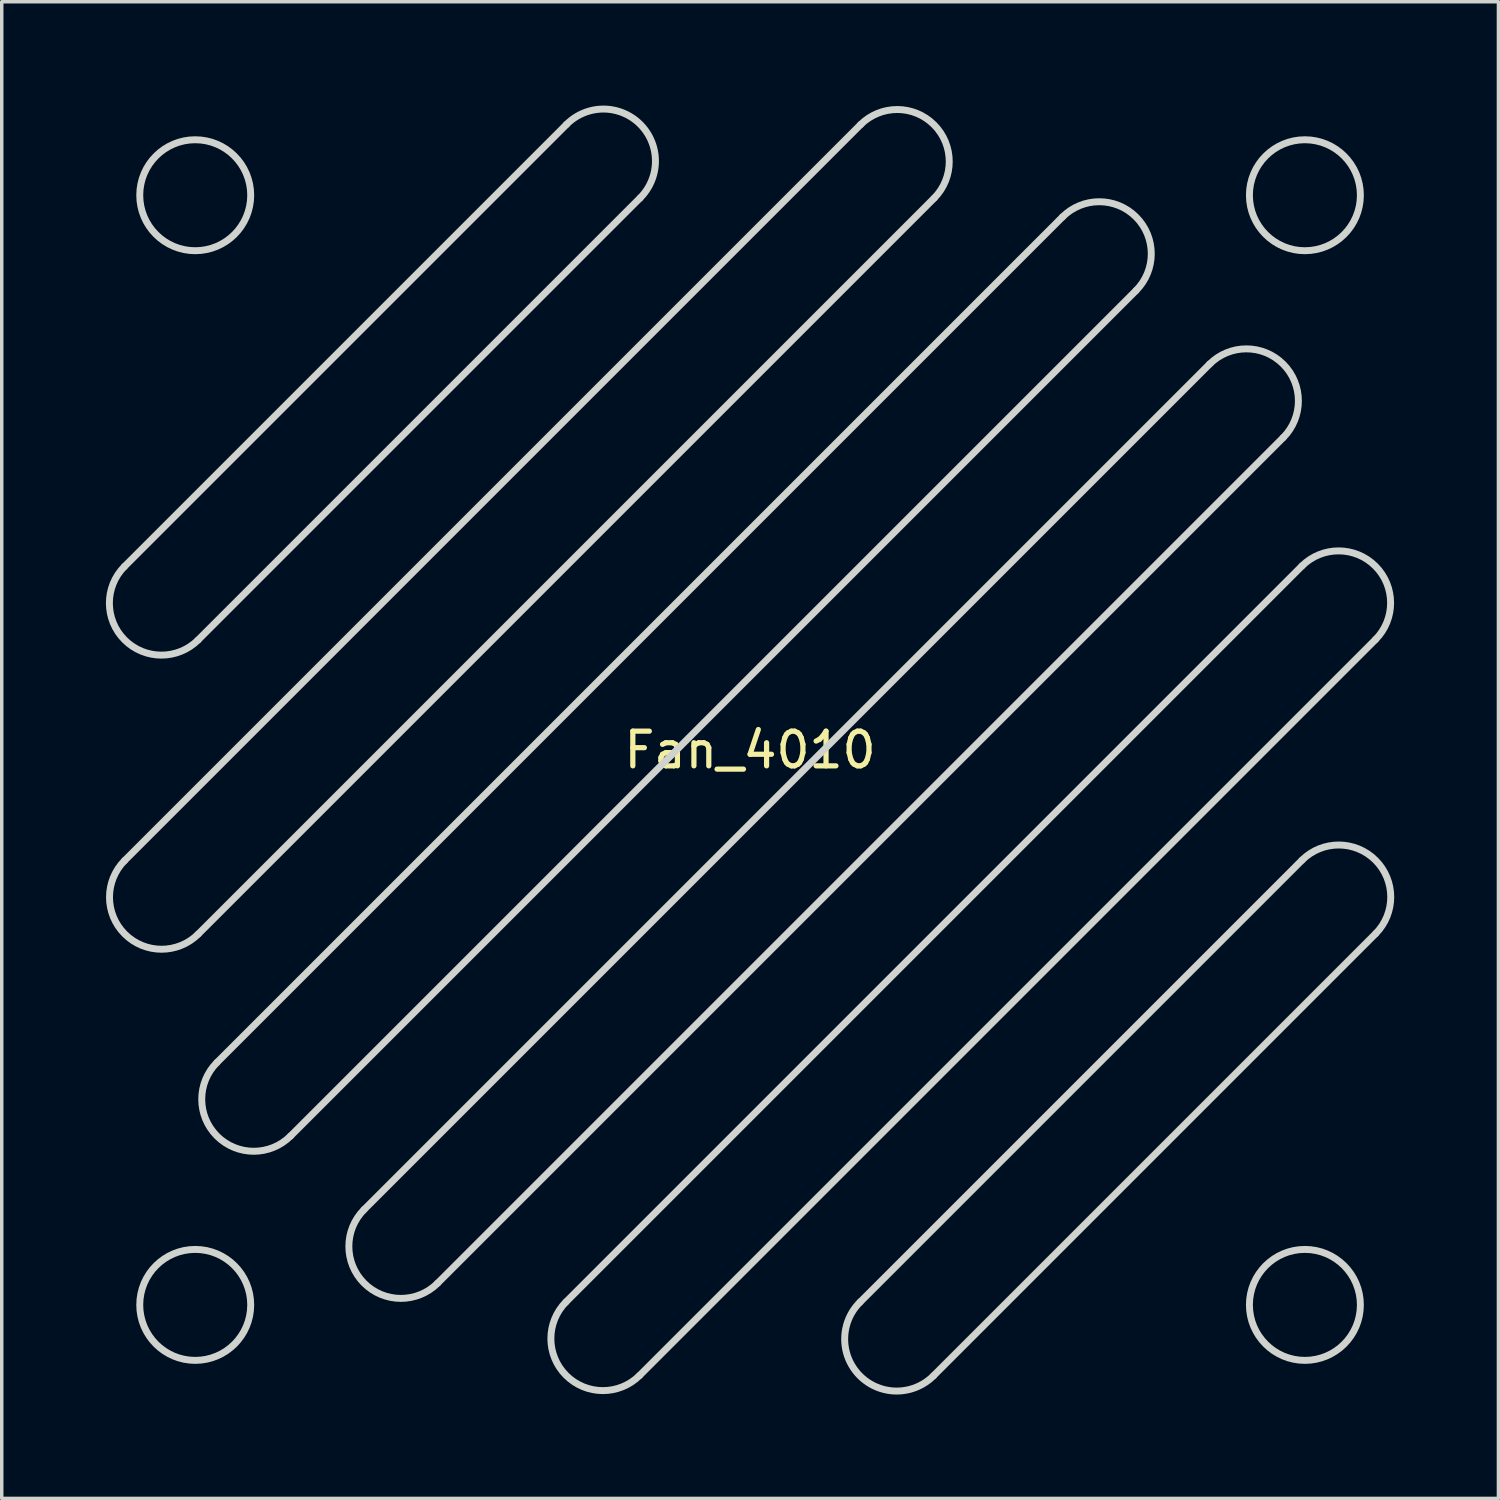
<source format=kicad_pcb>
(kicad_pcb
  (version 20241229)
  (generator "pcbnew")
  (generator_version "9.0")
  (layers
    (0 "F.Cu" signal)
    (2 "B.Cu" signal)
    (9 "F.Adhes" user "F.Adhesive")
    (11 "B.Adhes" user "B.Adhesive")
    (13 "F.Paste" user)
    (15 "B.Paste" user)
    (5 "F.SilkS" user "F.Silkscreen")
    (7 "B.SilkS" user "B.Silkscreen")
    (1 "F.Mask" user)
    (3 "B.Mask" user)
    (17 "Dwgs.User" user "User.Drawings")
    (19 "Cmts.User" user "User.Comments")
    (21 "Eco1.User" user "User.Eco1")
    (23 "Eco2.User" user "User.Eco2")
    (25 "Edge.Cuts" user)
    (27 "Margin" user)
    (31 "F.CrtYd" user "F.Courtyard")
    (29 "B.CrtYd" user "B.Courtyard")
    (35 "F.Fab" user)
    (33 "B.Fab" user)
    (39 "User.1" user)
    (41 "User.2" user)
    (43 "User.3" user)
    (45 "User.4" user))
  (footprint "Fan_4010"
    (layer "F.Cu")
    (at 18.58 18.58)
    (property "Reference" "Fan_4010" (at 0 0 0) (layer "F.SilkS") (effects (font (size 1 1) (thickness 0.15))))
    (attr through_hole)
    (fp_line (start -18.041 -5.293) (end -5.293 -18.041) (stroke (width 0.2) (type solid)) (layer "Edge.Cuts"))
    (fp_line (start -18.037 3.188) (end 3.188 -18.037) (stroke (width 0.2) (type solid)) (layer "Edge.Cuts"))
    (fp_line (start -15.373 9.009) (end 9.009 -15.373) (stroke (width 0.2) (type solid)) (layer "Edge.Cuts"))
    (fp_line (start -9.009 15.373) (end 15.373 -9.009) (stroke (width 0.2) (type solid)) (layer "Edge.Cuts"))
    (fp_line (start -5.309 15.916) (end 15.916 -5.309) (stroke (width 0.2) (type solid)) (layer "Edge.Cuts"))
    (fp_line (start -3.172 -15.92) (end -15.92 -3.172) (stroke (width 0.2) (type solid)) (layer "Edge.Cuts"))
    (fp_line (start 3.172 15.92) (end 15.92 3.172) (stroke (width 0.2) (type solid)) (layer "Edge.Cuts"))
    (fp_line (start 5.309 -15.916) (end -15.916 5.309) (stroke (width 0.2) (type solid)) (layer "Edge.Cuts"))
    (fp_line (start 11.131 -13.252) (end -13.252 11.131) (stroke (width 0.2) (type solid)) (layer "Edge.Cuts"))
    (fp_line (start 13.252 -11.131) (end -11.131 13.252) (stroke (width 0.2) (type solid)) (layer "Edge.Cuts"))
    (fp_line (start 18.037 -3.188) (end -3.188 18.037) (stroke (width 0.2) (type solid)) (layer "Edge.Cuts"))
    (fp_line (start 18.041 5.293) (end 5.293 18.041) (stroke (width 0.2) (type solid)) (layer "Edge.Cuts"))
    (fp_arc (start -15.919716 -3.172167) (mid -18.041036 -3.172167) (end -18.041036 -5.293487) (stroke (width 0.2) (type solid)) (layer "Edge.Cuts"))
    (fp_arc (start -15.915793 5.309191) (mid -18.037113 5.309191) (end -18.037113 3.187871) (stroke (width 0.2) (type solid)) (layer "Edge.Cuts"))
    (fp_arc (start -13.251845 11.130524) (mid -15.373165 11.130524) (end -15.373165 9.009204) (stroke (width 0.2) (type solid)) (layer "Edge.Cuts"))
    (fp_arc (start -9.009203 15.373165) (mid -11.130524 15.373166) (end -11.130525 13.251845) (stroke (width 0.2) (type solid)) (layer "Edge.Cuts"))
    (fp_arc (start -5.293487 -18.041037) (mid -3.172166 -18.041036) (end -3.172167 -15.919715) (stroke (width 0.2) (type solid)) (layer "Edge.Cuts"))
    (fp_arc (start -3.187871 18.037113) (mid -5.309191 18.037113) (end -5.309191 15.915793) (stroke (width 0.2) (type solid)) (layer "Edge.Cuts"))
    (fp_arc (start 3.187871 -18.037113) (mid 5.309191 -18.037113) (end 5.309191 -15.915793) (stroke (width 0.2) (type solid)) (layer "Edge.Cuts"))
    (fp_arc (start 5.293487 18.041037) (mid 3.172166 18.041036) (end 3.172167 15.919715) (stroke (width 0.2) (type solid)) (layer "Edge.Cuts"))
    (fp_arc (start 9.009203 -15.373165) (mid 11.130524 -15.373166) (end 11.130525 -13.251845) (stroke (width 0.2) (type solid)) (layer "Edge.Cuts"))
    (fp_arc (start 13.251845 -11.130524) (mid 15.373165 -11.130524) (end 15.373165 -9.009204) (stroke (width 0.2) (type solid)) (layer "Edge.Cuts"))
    (fp_arc (start 15.915793 -5.309191) (mid 18.037113 -5.309191) (end 18.037113 -3.187871) (stroke (width 0.2) (type solid)) (layer "Edge.Cuts"))
    (fp_arc (start 15.919716 3.172167) (mid 18.041036 3.172167) (end 18.041036 5.293487) (stroke (width 0.2) (type solid)) (layer "Edge.Cuts"))
    (fp_circle (center -16 -16) (end -14.4 -16) (stroke (width 0.2) (type solid)) (fill no) (layer "Edge.Cuts"))
    (fp_circle (center -16 16) (end -14.4 16) (stroke (width 0.2) (type solid)) (fill no) (layer "Edge.Cuts"))
    (fp_circle (center 16 -16) (end 17.6 -16) (stroke (width 0.2) (type solid)) (fill no) (layer "Edge.Cuts"))
    (fp_circle (center 16 16) (end 17.6 16) (stroke (width 0.2) (type solid)) (fill no) (layer "Edge.Cuts")))
  (gr_rect
    (start -3 -3)
    (end 40.161 40.161)
    (stroke (width 0.1) (type default))
    (fill no)
    (layer "Edge.Cuts")))
</source>
